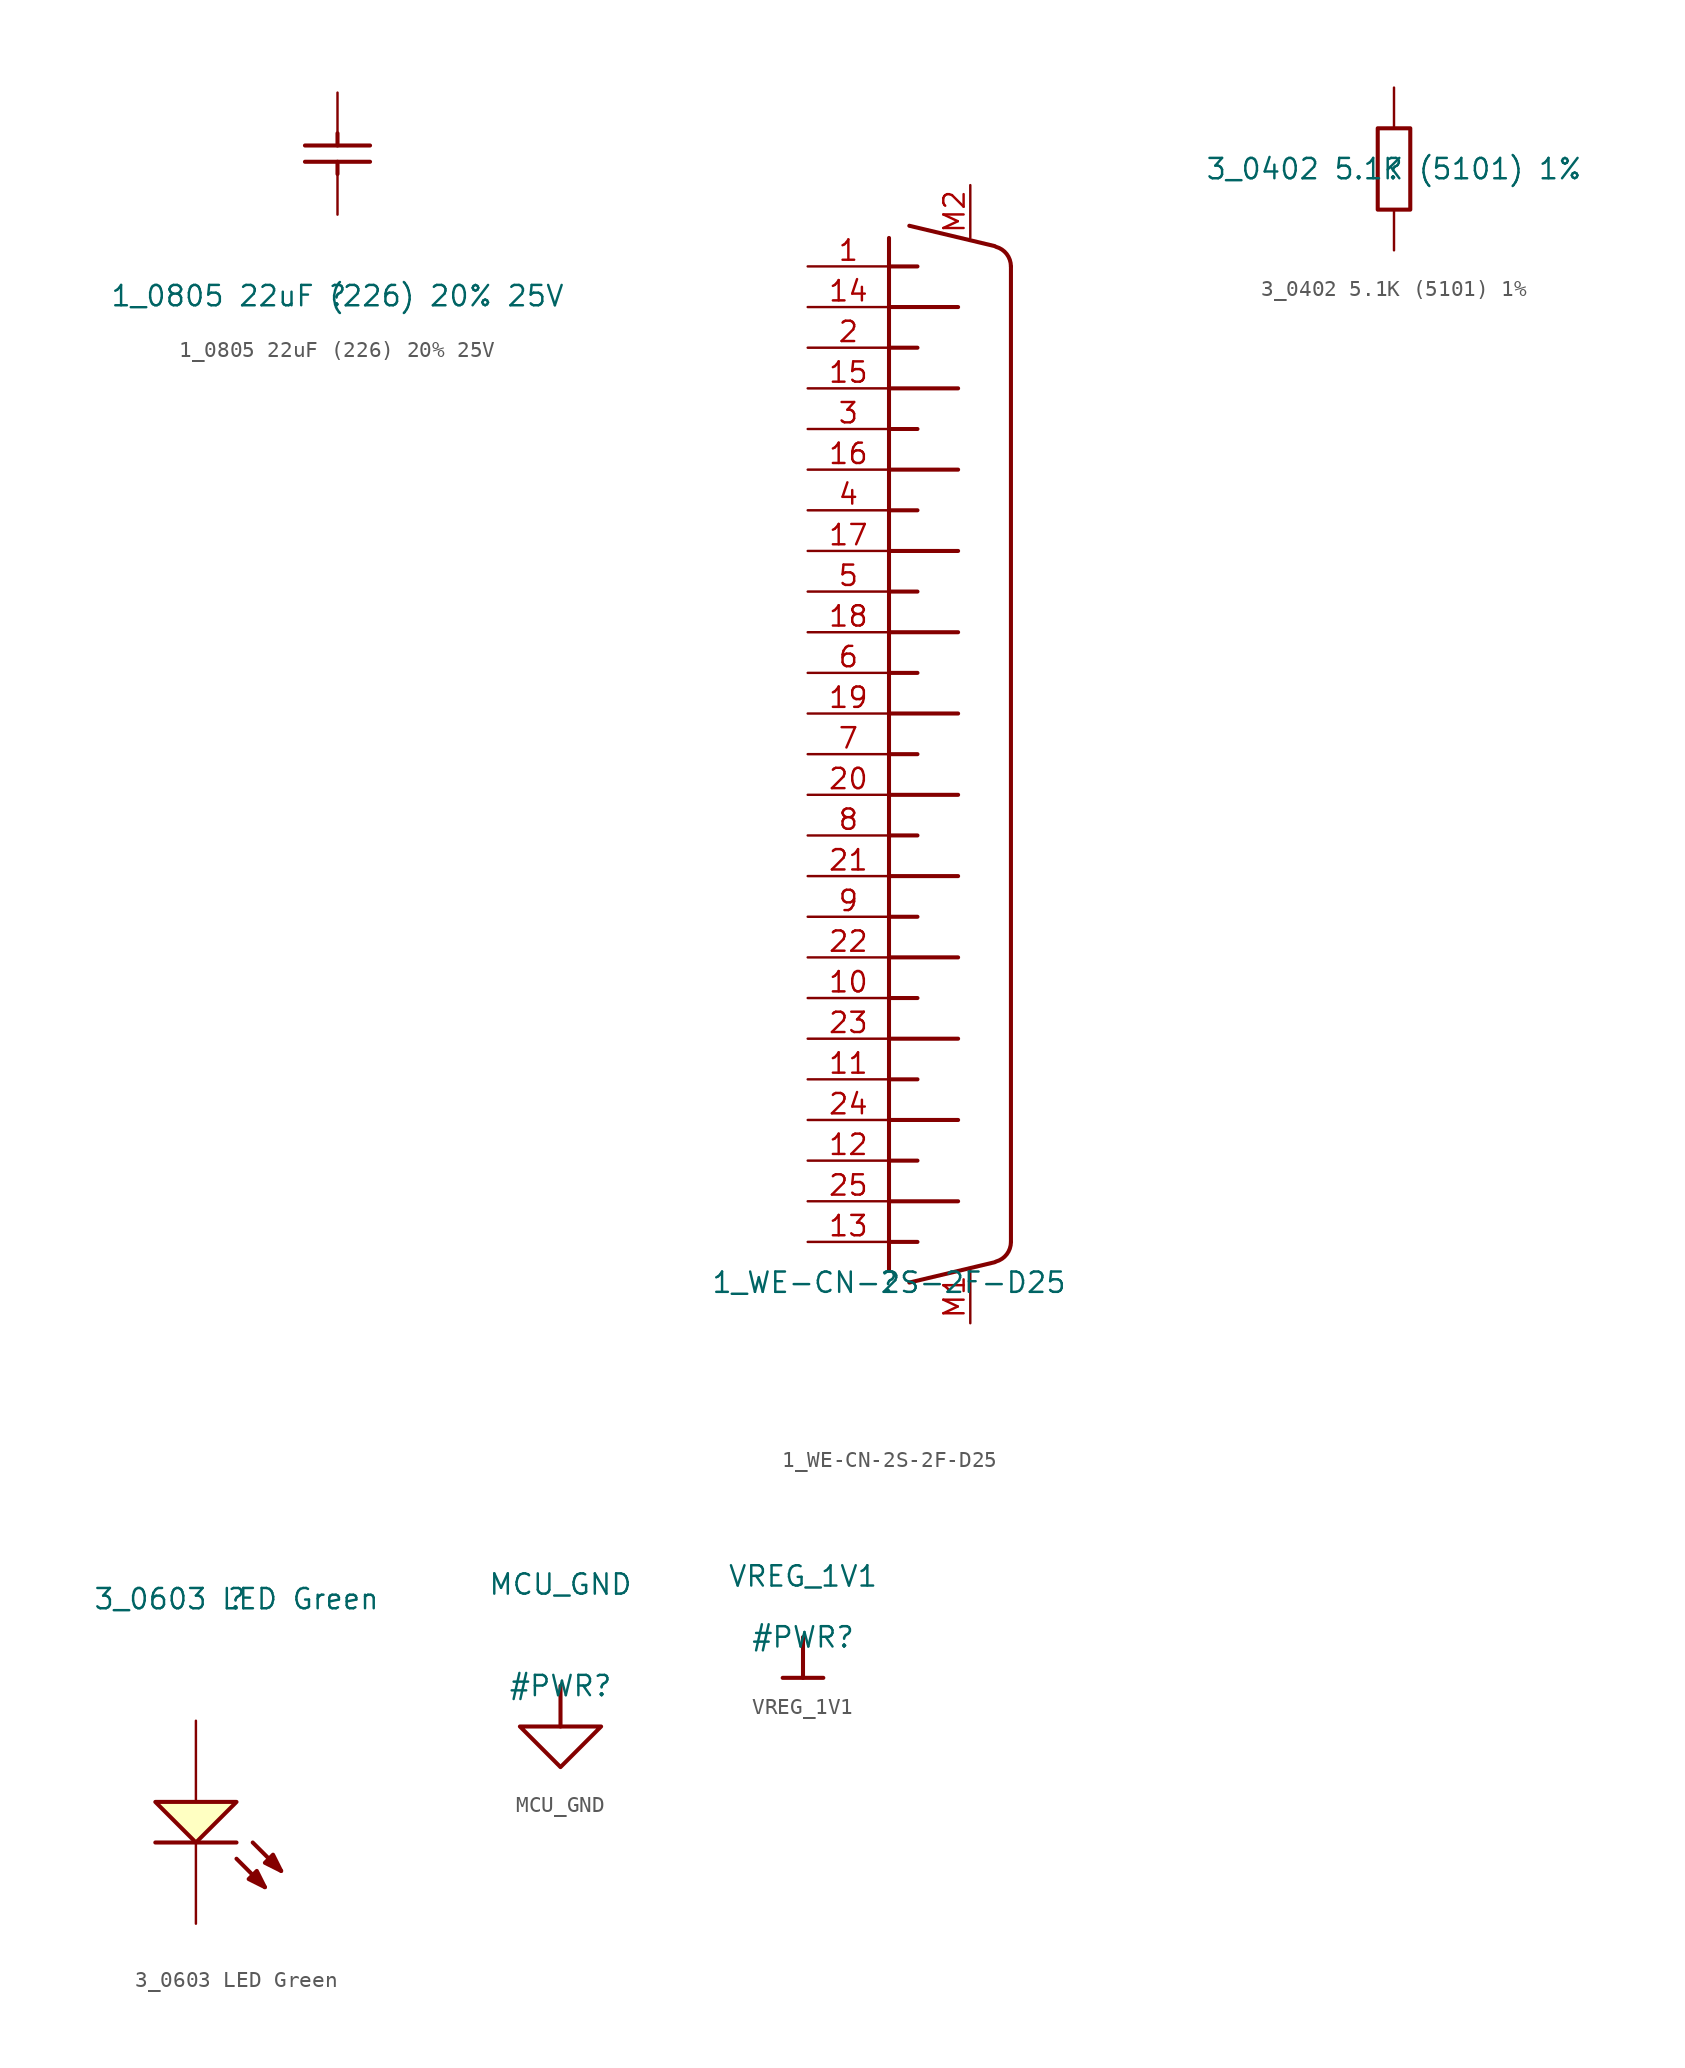
<source format=kicad_sym>
(kicad_symbol_lib
  (version 20211014)
  (generator kicad_symbol_editor)
  (symbol "1_0805 22uF (226) 20% 25V"
    (property "Reference" ""
      (at 0 0 0)
      (effects (font (size 1.27 1.27))))
    (property "Value" "1_0805 22uF (226) 20% 25V"
      (at 0 0 0)
      (effects (font (size 1.27 1.27))))
    (symbol "1_0805 22uF (226) 20% 25V_1_0"
      (polyline (pts (xy -2.032 9.398) (xy 2.032 9.398)) (stroke (width 0.254) (type default) (color 0 0 0 0)) (fill (type none)))
      (polyline (pts (xy 0 7.62) (xy 0 8.382)) (stroke (width 0.254) (type default) (color 0 0 0 0)) (fill (type none)))
      (polyline (pts (xy 0 10.16) (xy 0 9.398)) (stroke (width 0.254) (type default) (color 0 0 0 0)) (fill (type none)))
      (polyline (pts (xy 2.032 8.382) (xy -2.032 8.382)) (stroke (width 0.254) (type default) (color 0 0 0 0)) (fill (type none)))
      (pin passive line (at 0 5.08 90) (length 2.54) (name "1" (effects (font (size 0 0)))) (number "1" (effects (font (size 0 0)))))
      (pin passive line (at 0 12.7 270) (length 2.54) (name "2" (effects (font (size 0 0)))) (number "2" (effects (font (size 0 0)))))))
  (symbol "1_WE-CN-2S-2F-D25"
    (property "Reference" ""
      (at 0 0 0)
      (effects (font (size 1.27 1.27))))
    (property "Value" "1_WE-CN-2S-2F-D25"
      (at 0 0 0)
      (effects (font (size 1.27 1.27))))
    (symbol "1_WE-CN-2S-2F-D25_1_0"
      (polyline (pts (xy 0 0.762) (xy 0 2.54)) (stroke (width 0.254) (type default) (color 0 0 0 0)) (fill (type none)))
      (polyline (pts (xy 0 2.54) (xy 0 63.5)) (stroke (width 0.254) (type default) (color 0 0 0 0)) (fill (type none)))
      (polyline (pts (xy 0 2.54) (xy 1.778 2.54)) (stroke (width 0.254) (type default) (color 0 0 0 0)) (fill (type none)))
      (polyline (pts (xy 0 5.08) (xy 4.318 5.08)) (stroke (width 0.254) (type default) (color 0 0 0 0)) (fill (type none)))
      (polyline (pts (xy 0 7.62) (xy 1.778 7.62)) (stroke (width 0.254) (type default) (color 0 0 0 0)) (fill (type none)))
      (polyline (pts (xy 0 10.16) (xy 4.318 10.16)) (stroke (width 0.254) (type default) (color 0 0 0 0)) (fill (type none)))
      (polyline (pts (xy 0 12.7) (xy 1.778 12.7)) (stroke (width 0.254) (type default) (color 0 0 0 0)) (fill (type none)))
      (polyline (pts (xy 0 15.24) (xy 4.318 15.24)) (stroke (width 0.254) (type default) (color 0 0 0 0)) (fill (type none)))
      (polyline (pts (xy 0 17.78) (xy 1.778 17.78)) (stroke (width 0.254) (type default) (color 0 0 0 0)) (fill (type none)))
      (polyline (pts (xy 0 20.32) (xy 4.318 20.32)) (stroke (width 0.254) (type default) (color 0 0 0 0)) (fill (type none)))
      (polyline (pts (xy 0 22.86) (xy 1.778 22.86)) (stroke (width 0.254) (type default) (color 0 0 0 0)) (fill (type none)))
      (polyline (pts (xy 0 25.4) (xy 4.318 25.4)) (stroke (width 0.254) (type default) (color 0 0 0 0)) (fill (type none)))
      (polyline (pts (xy 0 27.94) (xy 1.778 27.94)) (stroke (width 0.254) (type default) (color 0 0 0 0)) (fill (type none)))
      (polyline (pts (xy 0 30.48) (xy 4.318 30.48)) (stroke (width 0.254) (type default) (color 0 0 0 0)) (fill (type none)))
      (polyline (pts (xy 0 33.02) (xy 1.778 33.02)) (stroke (width 0.254) (type default) (color 0 0 0 0)) (fill (type none)))
      (polyline (pts (xy 0 35.56) (xy 4.318 35.56)) (stroke (width 0.254) (type default) (color 0 0 0 0)) (fill (type none)))
      (polyline (pts (xy 0 38.1) (xy 1.778 38.1)) (stroke (width 0.254) (type default) (color 0 0 0 0)) (fill (type none)))
      (polyline (pts (xy 0 40.64) (xy 4.318 40.64)) (stroke (width 0.254) (type default) (color 0 0 0 0)) (fill (type none)))
      (polyline (pts (xy 0 43.18) (xy 1.778 43.18)) (stroke (width 0.254) (type default) (color 0 0 0 0)) (fill (type none)))
      (polyline (pts (xy 0 45.72) (xy 4.318 45.72)) (stroke (width 0.254) (type default) (color 0 0 0 0)) (fill (type none)))
      (polyline (pts (xy 0 48.26) (xy 1.778 48.26)) (stroke (width 0.254) (type default) (color 0 0 0 0)) (fill (type none)))
      (polyline (pts (xy 0 50.8) (xy 4.318 50.8)) (stroke (width 0.254) (type default) (color 0 0 0 0)) (fill (type none)))
      (polyline (pts (xy 0 53.34) (xy 1.778 53.34)) (stroke (width 0.254) (type default) (color 0 0 0 0)) (fill (type none)))
      (polyline (pts (xy 0 55.88) (xy 4.318 55.88)) (stroke (width 0.254) (type default) (color 0 0 0 0)) (fill (type none)))
      (polyline (pts (xy 0 58.42) (xy 1.778 58.42)) (stroke (width 0.254) (type default) (color 0 0 0 0)) (fill (type none)))
      (polyline (pts (xy 0 60.96) (xy 4.318 60.96)) (stroke (width 0.254) (type default) (color 0 0 0 0)) (fill (type none)))
      (polyline (pts (xy 0 63.5) (xy 1.778 63.5)) (stroke (width 0.254) (type default) (color 0 0 0 0)) (fill (type none)))
      (polyline (pts (xy 0 65.278) (xy 0 63.5)) (stroke (width 0.254) (type default) (color 0 0 0 0)) (fill (type none)))
      (polyline (pts (xy 6.604 1.27) (xy 1.27 0)) (stroke (width 0.254) (type default) (color 0 0 0 0)) (fill (type none)))
      (polyline (pts (xy 6.604 64.77) (xy 1.27 66.04)) (stroke (width 0.254) (type default) (color 0 0 0 0)) (fill (type none)))
      (polyline (pts (xy 7.62 2.54) (xy 7.62 63.5)) (stroke (width 0.254) (type default) (color 0 0 0 0)) (fill (type none)))
      (arc (start 6.6795 1.3135) (mid 7.3578 1.7672) (end 7.62 2.54) (stroke (width 0.254) (type default) (color 0 0 0 0)) (fill (type none)))
      (arc (start 7.62 63.5) (mid 7.3578 64.2728) (end 6.6795 64.7265) (stroke (width 0.254) (type default) (color 0 0 0 0)) (fill (type none)))
      (pin passive line (at -5.08 63.5 0) (length 5.08) (name "1" (effects (font (size 0 0)))) (number "1" (effects (font (size 1.27 1.27)))))
      (pin passive line (at -5.08 17.78 0) (length 5.08) (name "10" (effects (font (size 0 0)))) (number "10" (effects (font (size 1.27 1.27)))))
      (pin passive line (at -5.08 12.7 0) (length 5.08) (name "11" (effects (font (size 0 0)))) (number "11" (effects (font (size 1.27 1.27)))))
      (pin passive line (at -5.08 7.62 0) (length 5.08) (name "12" (effects (font (size 0 0)))) (number "12" (effects (font (size 1.27 1.27)))))
      (pin passive line (at -5.08 2.54 0) (length 5.08) (name "13" (effects (font (size 0 0)))) (number "13" (effects (font (size 1.27 1.27)))))
      (pin passive line (at -5.08 60.96 0) (length 5.08) (name "14" (effects (font (size 0 0)))) (number "14" (effects (font (size 1.27 1.27)))))
      (pin passive line (at -5.08 55.88 0) (length 5.08) (name "15" (effects (font (size 0 0)))) (number "15" (effects (font (size 1.27 1.27)))))
      (pin passive line (at -5.08 50.8 0) (length 5.08) (name "16" (effects (font (size 0 0)))) (number "16" (effects (font (size 1.27 1.27)))))
      (pin passive line (at -5.08 45.72 0) (length 5.08) (name "17" (effects (font (size 0 0)))) (number "17" (effects (font (size 1.27 1.27)))))
      (pin passive line (at -5.08 40.64 0) (length 5.08) (name "18" (effects (font (size 0 0)))) (number "18" (effects (font (size 1.27 1.27)))))
      (pin passive line (at -5.08 35.56 0) (length 5.08) (name "19" (effects (font (size 0 0)))) (number "19" (effects (font (size 1.27 1.27)))))
      (pin passive line (at -5.08 58.42 0) (length 5.08) (name "2" (effects (font (size 0 0)))) (number "2" (effects (font (size 1.27 1.27)))))
      (pin passive line (at -5.08 30.48 0) (length 5.08) (name "20" (effects (font (size 0 0)))) (number "20" (effects (font (size 1.27 1.27)))))
      (pin passive line (at -5.08 25.4 0) (length 5.08) (name "21" (effects (font (size 0 0)))) (number "21" (effects (font (size 1.27 1.27)))))
      (pin passive line (at -5.08 20.32 0) (length 5.08) (name "22" (effects (font (size 0 0)))) (number "22" (effects (font (size 1.27 1.27)))))
      (pin passive line (at -5.08 15.24 0) (length 5.08) (name "23" (effects (font (size 0 0)))) (number "23" (effects (font (size 1.27 1.27)))))
      (pin passive line (at -5.08 10.16 0) (length 5.08) (name "24" (effects (font (size 0 0)))) (number "24" (effects (font (size 1.27 1.27)))))
      (pin passive line (at -5.08 5.08 0) (length 5.08) (name "25" (effects (font (size 0 0)))) (number "25" (effects (font (size 1.27 1.27)))))
      (pin passive line (at -5.08 53.34 0) (length 5.08) (name "3" (effects (font (size 0 0)))) (number "3" (effects (font (size 1.27 1.27)))))
      (pin passive line (at -5.08 48.26 0) (length 5.08) (name "4" (effects (font (size 0 0)))) (number "4" (effects (font (size 1.27 1.27)))))
      (pin passive line (at -5.08 43.18 0) (length 5.08) (name "5" (effects (font (size 0 0)))) (number "5" (effects (font (size 1.27 1.27)))))
      (pin passive line (at -5.08 38.1 0) (length 5.08) (name "6" (effects (font (size 0 0)))) (number "6" (effects (font (size 1.27 1.27)))))
      (pin passive line (at -5.08 33.02 0) (length 5.08) (name "7" (effects (font (size 0 0)))) (number "7" (effects (font (size 1.27 1.27)))))
      (pin passive line (at -5.08 27.94 0) (length 5.08) (name "8" (effects (font (size 0 0)))) (number "8" (effects (font (size 1.27 1.27)))))
      (pin passive line (at -5.08 22.86 0) (length 5.08) (name "9" (effects (font (size 0 0)))) (number "9" (effects (font (size 1.27 1.27)))))
      (pin passive line (at 5.08 -2.54 90) (length 3.302) (name "M1" (effects (font (size 0 0)))) (number "M1" (effects (font (size 1.27 1.27)))))
      (pin passive line (at 5.08 68.58 270) (length 3.302) (name "M2" (effects (font (size 0 0)))) (number "M2" (effects (font (size 1.27 1.27)))))))
  (symbol "3_0402 5.1K (5101) 1%"
    (property "Reference" ""
      (at 0 0 0)
      (effects (font (size 1.27 1.27))))
    (property "Value" "3_0402 5.1K (5101) 1%"
      (at 0 0 0)
      (effects (font (size 1.27 1.27))))
    (symbol "3_0402 5.1K (5101) 1%_1_0"
      (rectangle (start 1.016 2.54) (end -1.016 -2.54) (stroke (width 0.254) (type default) (color 0 0 0 0)) (fill (type none)))
      (pin passive line (at 0 5.08 270) (length 2.54) (name "1" (effects (font (size 0 0)))) (number "1" (effects (font (size 0 0)))))
      (pin passive line (at 0 -5.08 90) (length 2.54) (name "2" (effects (font (size 0 0)))) (number "2" (effects (font (size 0 0)))))))
  (symbol "3_0603 LED Green"
    (property "Reference" ""
      (at 0 0 0)
      (effects (font (size 1.27 1.27))))
    (property "Value" "3_0603 LED Green"
      (at 0 0 0)
      (effects (font (size 1.27 1.27))))
    (symbol "3_0603 LED Green_1_0"
      (polyline (pts (xy 0 -16.256) (xy 1.778 -18.034)) (stroke (width 0.254) (type default) (color 0 0 0 0)) (fill (type none)))
      (polyline (pts (xy 0 -15.24) (xy -5.08 -15.24)) (stroke (width 0.254) (type default) (color 0 0 0 0)) (fill (type none)))
      (polyline (pts (xy 1.016 -15.24) (xy 2.794 -17.018)) (stroke (width 0.254) (type default) (color 0 0 0 0)) (fill (type none)))
      (polyline (pts (xy -5.08 -12.7) (xy -2.54 -15.24) (xy 0 -12.7) (xy -5.08 -12.7)) (stroke (width 0.254) (type default) (color 0 0 0 0)) (fill (type background)))
      (polyline (pts (xy 1.778 -18.034) (xy 1.27 -17.018) (xy 0.762 -17.526) (xy 1.778 -18.034)) (stroke (width 0.254) (type default) (color 0 0 0 0)) (fill (type outline)))
      (polyline (pts (xy 2.794 -17.018) (xy 2.286 -16.002) (xy 1.778 -16.51) (xy 2.794 -17.018)) (stroke (width 0.254) (type default) (color 0 0 0 0)) (fill (type outline)))
      (pin passive line (at -2.54 -7.62 270) (length 5.08) (name "A" (effects (font (size 0 0)))) (number "A" (effects (font (size 0 0)))))
      (pin passive line (at -2.54 -20.32 90) (length 5.08) (name "K" (effects (font (size 0 0)))) (number "K" (effects (font (size 0 0)))))))
  (symbol "MCU_GND"
    (power)
    (property "Reference" "#PWR"
      (at 0 0 0)
      (effects (font (size 1.27 1.27))))
    (property "Value" "MCU_GND"
      (at 0 6.35 0)
      (effects (font (size 1.27 1.27))))
    (symbol "MCU_GND_0_0"
      (polyline (pts (xy 0 0) (xy 0 -2.54)) (stroke (width 0.254) (type default) (color 0 0 0 0)) (fill (type none)))
      (polyline (pts (xy -2.54 -2.54) (xy 2.54 -2.54) (xy 0 -5.08) (xy -2.54 -2.54)) (stroke (width 0.254) (type default) (color 0 0 0 0)) (fill (type none)))
      (pin power_in line (at 0 0 0) (length 0) hide (name "MCU_GND" (effects (font (size 1.27 1.27)))) (number "" (effects (font (size 1.27 1.27)))))))
  (symbol "VREG_1V1"
    (power)
    (property "Reference" "#PWR"
      (at 0 0 0)
      (effects (font (size 1.27 1.27))))
    (property "Value" "VREG_1V1"
      (at 0 3.81 0)
      (effects (font (size 1.27 1.27))))
    (symbol "VREG_1V1_0_0"
      (polyline (pts (xy -1.27 -2.54) (xy 1.27 -2.54)) (stroke (width 0.254) (type default) (color 0 0 0 0)) (fill (type none)))
      (polyline (pts (xy 0 0) (xy 0 -2.54)) (stroke (width 0.254) (type default) (color 0 0 0 0)) (fill (type none)))
      (pin power_in line (at 0 0 0) (length 0) hide (name "VREG_1V1" (effects (font (size 1.27 1.27)))) (number "" (effects (font (size 1.27 1.27))))))))
</source>
